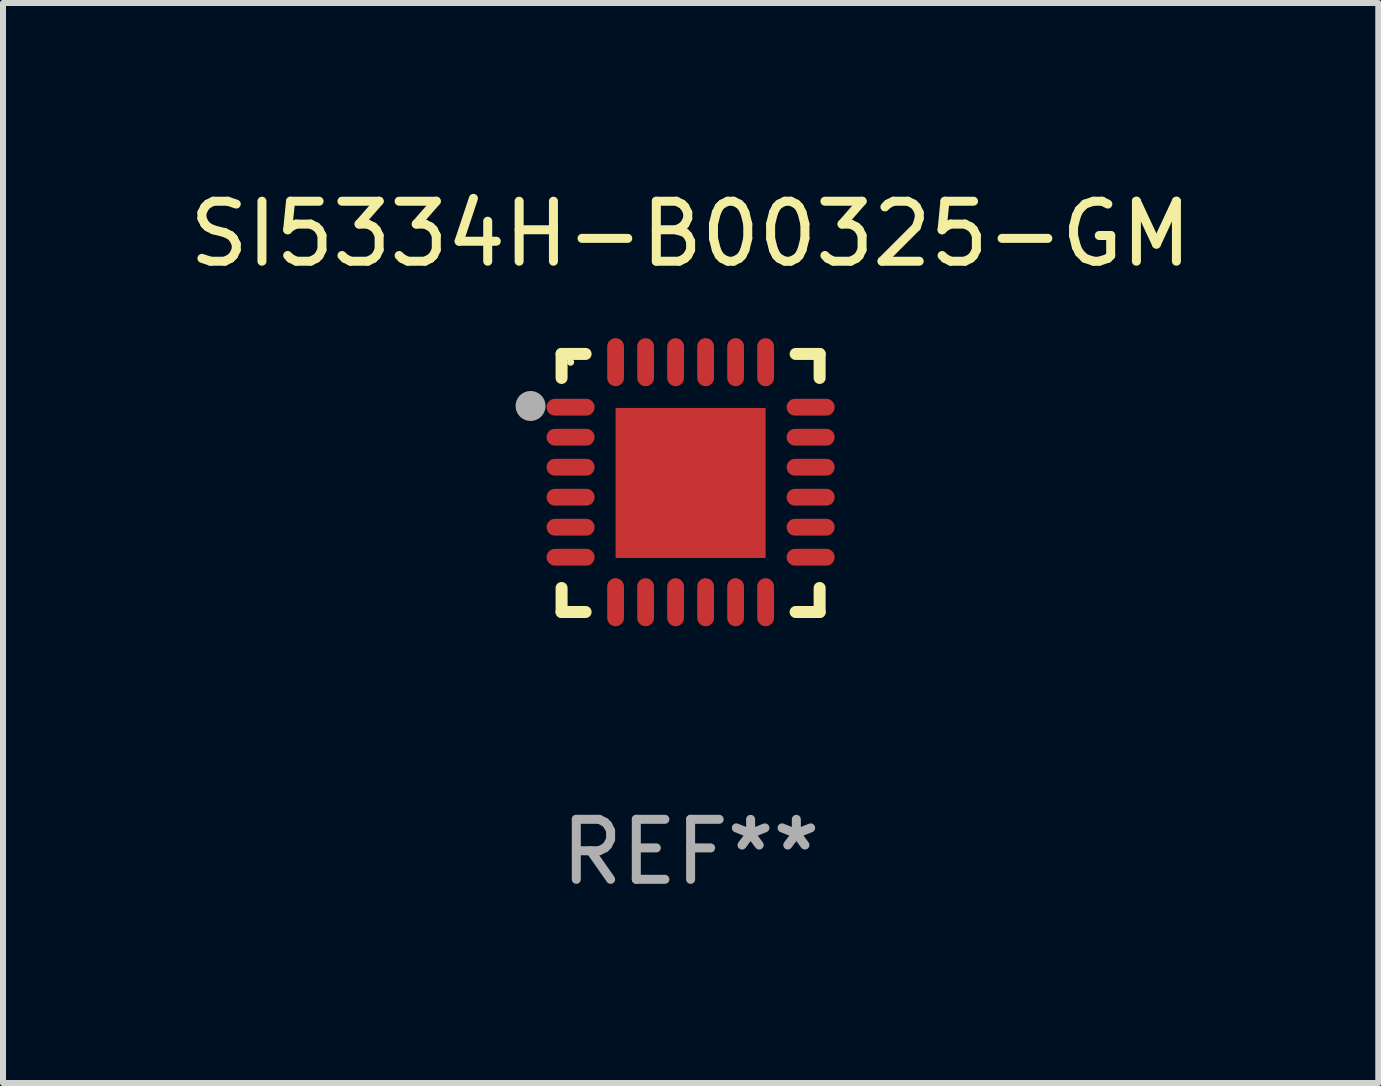
<source format=kicad_pcb>
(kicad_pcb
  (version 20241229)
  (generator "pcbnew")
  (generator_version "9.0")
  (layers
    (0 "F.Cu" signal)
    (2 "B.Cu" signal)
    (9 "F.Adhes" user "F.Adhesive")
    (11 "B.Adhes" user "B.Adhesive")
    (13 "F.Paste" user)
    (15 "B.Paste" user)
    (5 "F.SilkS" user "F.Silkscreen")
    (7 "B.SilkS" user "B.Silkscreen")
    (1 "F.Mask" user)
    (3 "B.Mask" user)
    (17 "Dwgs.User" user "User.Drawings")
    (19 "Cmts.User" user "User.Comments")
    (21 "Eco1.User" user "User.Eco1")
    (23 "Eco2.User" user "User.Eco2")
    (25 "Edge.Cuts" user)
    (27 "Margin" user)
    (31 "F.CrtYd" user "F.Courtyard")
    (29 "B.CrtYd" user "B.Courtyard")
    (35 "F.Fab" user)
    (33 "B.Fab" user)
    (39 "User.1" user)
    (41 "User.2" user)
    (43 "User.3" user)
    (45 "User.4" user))
  (footprint "SI5334H-B00325-GM"
    (layer "F.Cu")
    (at 8.458 4.998)
    (property "Reference" "SI5334H-B00325-GM" (at 0 -4.15 0) (layer "F.SilkS") (effects (font (size 1 1) (thickness 0.15))))
    (attr through_hole)
    (fp_line (start -2.15 -2.15) (end -1.75 -2.15) (stroke (width 0.2) (type solid)) (layer "F.SilkS"))
    (fp_line (start -2.15 -1.75) (end -2.15 -2.15) (stroke (width 0.2) (type solid)) (layer "F.SilkS"))
    (fp_line (start -2.15 2.15) (end -2.15 1.75) (stroke (width 0.2) (type solid)) (layer "F.SilkS"))
    (fp_line (start -1.75 2.15) (end -2.15 2.15) (stroke (width 0.2) (type solid)) (layer "F.SilkS"))
    (fp_line (start 1.75 -2.15) (end 2.15 -2.15) (stroke (width 0.2) (type solid)) (layer "F.SilkS"))
    (fp_line (start 1.75 2.15) (end 2.15 2.15) (stroke (width 0.2) (type solid)) (layer "F.SilkS"))
    (fp_line (start 2.15 -2.15) (end 2.15 -1.75) (stroke (width 0.2) (type solid)) (layer "F.SilkS"))
    (fp_line (start 2.15 2.15) (end 2.15 1.75) (stroke (width 0.2) (type solid)) (layer "F.SilkS"))
    (fp_circle (center -2 -2.013) (end -1.97 -2.013) (stroke (width 0.06) (type solid)) (fill no) (layer "F.SilkS"))
    (fp_circle (center -2.667 -1.283) (end -2.542 -1.283) (stroke (width 0.25) (type solid)) (fill no) (layer "F.Fab"))
    (fp_text user "REF**" (at 0 6.15 0) (layer "F.Fab") (effects (font (size 1 1) (thickness 0.15))))
    (pad "1" smd oval (at -2 -1.263) (size 0.8 0.28) (layers "F.Cu" "F.Mask" "F.Paste"))
    (pad "2" smd oval (at -2 -0.763) (size 0.8 0.28) (layers "F.Cu" "F.Mask" "F.Paste"))
    (pad "3" smd oval (at -2 -0.263) (size 0.8 0.28) (layers "F.Cu" "F.Mask" "F.Paste"))
    (pad "4" smd oval (at -2 0.237) (size 0.8 0.28) (layers "F.Cu" "F.Mask" "F.Paste"))
    (pad "5" smd oval (at -2 0.737) (size 0.8 0.28) (layers "F.Cu" "F.Mask" "F.Paste"))
    (pad "6" smd oval (at -2 1.237) (size 0.8 0.28) (layers "F.Cu" "F.Mask" "F.Paste"))
    (pad "7" smd oval (at -1.25 1.987) (size 0.28 0.8) (layers "F.Cu" "F.Mask" "F.Paste"))
    (pad "8" smd oval (at -0.75 1.987) (size 0.28 0.8) (layers "F.Cu" "F.Mask" "F.Paste"))
    (pad "9" smd oval (at -0.25 1.987) (size 0.28 0.8) (layers "F.Cu" "F.Mask" "F.Paste"))
    (pad "10" smd oval (at 0.25 1.987) (size 0.28 0.8) (layers "F.Cu" "F.Mask" "F.Paste"))
    (pad "11" smd oval (at 0.75 1.987) (size 0.28 0.8) (layers "F.Cu" "F.Mask" "F.Paste"))
    (pad "12" smd oval (at 1.25 1.987) (size 0.28 0.8) (layers "F.Cu" "F.Mask" "F.Paste"))
    (pad "13" smd oval (at 2 1.237) (size 0.8 0.28) (layers "F.Cu" "F.Mask" "F.Paste"))
    (pad "14" smd oval (at 2 0.737) (size 0.8 0.28) (layers "F.Cu" "F.Mask" "F.Paste"))
    (pad "15" smd oval (at 2 0.237) (size 0.8 0.28) (layers "F.Cu" "F.Mask" "F.Paste"))
    (pad "16" smd oval (at 2 -0.263) (size 0.8 0.28) (layers "F.Cu" "F.Mask" "F.Paste"))
    (pad "17" smd oval (at 2 -0.763) (size 0.8 0.28) (layers "F.Cu" "F.Mask" "F.Paste"))
    (pad "18" smd oval (at 2 -1.263) (size 0.8 0.28) (layers "F.Cu" "F.Mask" "F.Paste"))
    (pad "19" smd oval (at 1.25 -2.013) (size 0.28 0.8) (layers "F.Cu" "F.Mask" "F.Paste"))
    (pad "20" smd oval (at 0.75 -2.013) (size 0.28 0.8) (layers "F.Cu" "F.Mask" "F.Paste"))
    (pad "21" smd oval (at 0.25 -2.013) (size 0.28 0.8) (layers "F.Cu" "F.Mask" "F.Paste"))
    (pad "22" smd oval (at -0.25 -2.013) (size 0.28 0.8) (layers "F.Cu" "F.Mask" "F.Paste"))
    (pad "23" smd oval (at -0.75 -2.013) (size 0.28 0.8) (layers "F.Cu" "F.Mask" "F.Paste"))
    (pad "24" smd oval (at -1.25 -2.013) (size 0.28 0.8) (layers "F.Cu" "F.Mask" "F.Paste"))
    (pad "25" smd rect (at -0.000127 -0.00014) (size 2.5 2.5) (layers "F.Cu" "F.Mask" "F.Paste")))
  (gr_rect
    (start -3 -3)
    (end 19.917 14.997)
    (stroke (width 0.1) (type default))
    (fill no)
    (layer "Edge.Cuts")))
</source>
